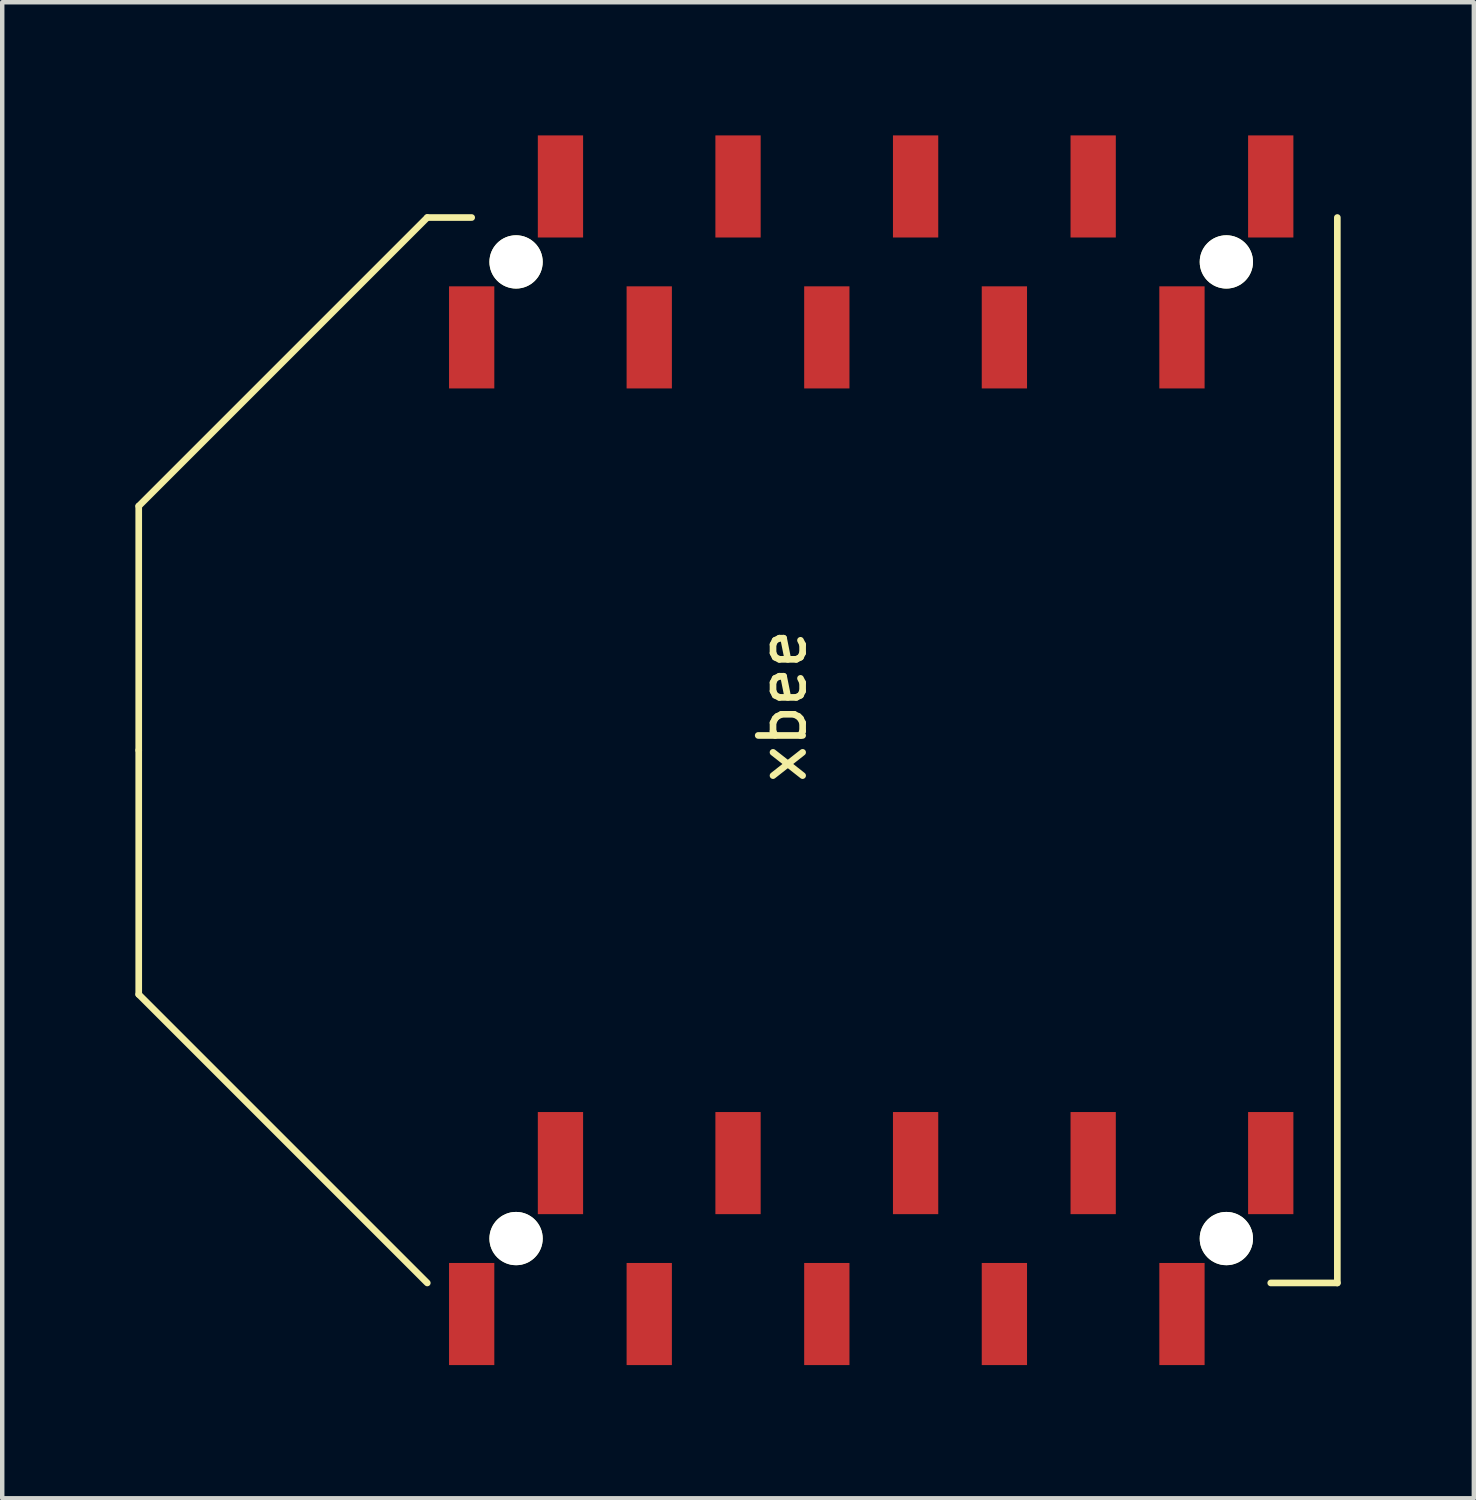
<source format=kicad_pcb>
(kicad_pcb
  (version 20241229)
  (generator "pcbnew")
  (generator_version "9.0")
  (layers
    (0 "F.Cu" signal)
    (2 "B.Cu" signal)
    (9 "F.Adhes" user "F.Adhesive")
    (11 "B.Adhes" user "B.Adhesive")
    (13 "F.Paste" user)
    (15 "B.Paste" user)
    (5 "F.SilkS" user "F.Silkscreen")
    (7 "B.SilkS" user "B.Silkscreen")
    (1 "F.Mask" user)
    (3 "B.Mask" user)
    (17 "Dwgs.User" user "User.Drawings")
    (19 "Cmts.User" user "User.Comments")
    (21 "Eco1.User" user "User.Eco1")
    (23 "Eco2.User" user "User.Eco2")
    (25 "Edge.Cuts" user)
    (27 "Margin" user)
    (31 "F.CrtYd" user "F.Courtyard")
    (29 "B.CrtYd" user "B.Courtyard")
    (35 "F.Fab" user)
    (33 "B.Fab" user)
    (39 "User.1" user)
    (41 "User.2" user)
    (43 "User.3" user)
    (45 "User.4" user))
  (footprint "xbee"
    (layer "F.Cu")
    (at 16.575 24.85)
    (property "Reference" "xbee" (at -2 -12 90) (layer "F.SilkS") (effects (font (size 1 1) (thickness 0.15))))
    (attr through_hole)
    (fp_line (start -16.5 -16.5) (end -16.5 -11) (stroke (width 0.15) (type solid)) (layer "F.SilkS"))
    (fp_line (start -16.5 -5.5) (end -16.5 -11) (stroke (width 0.15) (type solid)) (layer "F.SilkS"))
    (fp_line (start -10 -23) (end -16.5 -16.5) (stroke (width 0.15) (type solid)) (layer "F.SilkS"))
    (fp_line (start -10 -23) (end -9 -23) (stroke (width 0.15) (type solid)) (layer "F.SilkS"))
    (fp_line (start -10 1) (end -16.5 -5.5) (stroke (width 0.15) (type solid)) (layer "F.SilkS"))
    (fp_line (start 10.5 1) (end 9 1) (stroke (width 0.15) (type solid)) (layer "F.SilkS"))
    (fp_line (start 10.5 1) (end 10.5 -23) (stroke (width 0.15) (type solid)) (layer "F.SilkS"))
    (pad "" np_thru_hole circle (at -8 -22) (size 1.2 1.2) (drill 1.2) (layers "*.Cu" "*.Mask" "F.SilkS"))
    (pad "" np_thru_hole circle (at -8 0) (size 1.2 1.2) (drill 1.2) (layers "*.Cu" "*.Mask" "F.SilkS"))
    (pad "" np_thru_hole circle (at 8 -22) (size 1.2 1.2) (drill 1.2) (layers "*.Cu" "*.Mask" "F.SilkS"))
    (pad "" np_thru_hole circle (at 8 0) (size 1.2 1.2) (drill 1.2) (layers "*.Cu" "*.Mask" "F.SilkS"))
    (pad "1" smd rect (at -9 1.7) (size 1.02 2.3) (layers "F.Cu" "F.Mask" "F.Paste"))
    (pad "2" smd rect (at -7 -1.7) (size 1.02 2.3) (layers "F.Cu" "F.Mask" "F.Paste"))
    (pad "3" smd rect (at -5 1.7) (size 1.02 2.3) (layers "F.Cu" "F.Mask" "F.Paste"))
    (pad "4" smd rect (at -3 -1.7) (size 1.02 2.3) (layers "F.Cu" "F.Mask" "F.Paste"))
    (pad "5" smd rect (at -1 1.7) (size 1.02 2.3) (layers "F.Cu" "F.Mask" "F.Paste"))
    (pad "6" smd rect (at 1 -1.7) (size 1.02 2.3) (layers "F.Cu" "F.Mask" "F.Paste"))
    (pad "7" smd rect (at 3 1.7) (size 1.02 2.3) (layers "F.Cu" "F.Mask" "F.Paste"))
    (pad "8" smd rect (at 5 -1.7) (size 1.02 2.3) (layers "F.Cu" "F.Mask" "F.Paste"))
    (pad "9" smd rect (at 7 1.7) (size 1.02 2.3) (layers "F.Cu" "F.Mask" "F.Paste"))
    (pad "10" smd rect (at 9 -1.7) (size 1.02 2.3) (layers "F.Cu" "F.Mask" "F.Paste"))
    (pad "11" smd rect (at 9 -23.7) (size 1.02 2.3) (layers "F.Cu" "F.Mask" "F.Paste"))
    (pad "12" smd rect (at 7 -20.3) (size 1.02 2.3) (layers "F.Cu" "F.Mask" "F.Paste"))
    (pad "13" smd rect (at 5 -23.7) (size 1.02 2.3) (layers "F.Cu" "F.Mask" "F.Paste"))
    (pad "14" smd rect (at 3 -20.3) (size 1.02 2.3) (layers "F.Cu" "F.Mask" "F.Paste"))
    (pad "15" smd rect (at 1 -23.7) (size 1.02 2.3) (layers "F.Cu" "F.Mask" "F.Paste"))
    (pad "16" smd rect (at -1 -20.3) (size 1.02 2.3) (layers "F.Cu" "F.Mask" "F.Paste"))
    (pad "17" smd rect (at -3 -23.7) (size 1.02 2.3) (layers "F.Cu" "F.Mask" "F.Paste"))
    (pad "18" smd rect (at -5 -20.3) (size 1.02 2.3) (layers "F.Cu" "F.Mask" "F.Paste"))
    (pad "19" smd rect (at -7 -23.7) (size 1.02 2.3) (layers "F.Cu" "F.Mask" "F.Paste"))
    (pad "20" smd rect (at -9 -20.3) (size 1.02 2.3) (layers "F.Cu" "F.Mask" "F.Paste")))
  (gr_rect
    (start -3 -3)
    (end 30.15 30.7)
    (stroke (width 0.1) (type default))
    (fill no)
    (layer "Edge.Cuts")))
</source>
